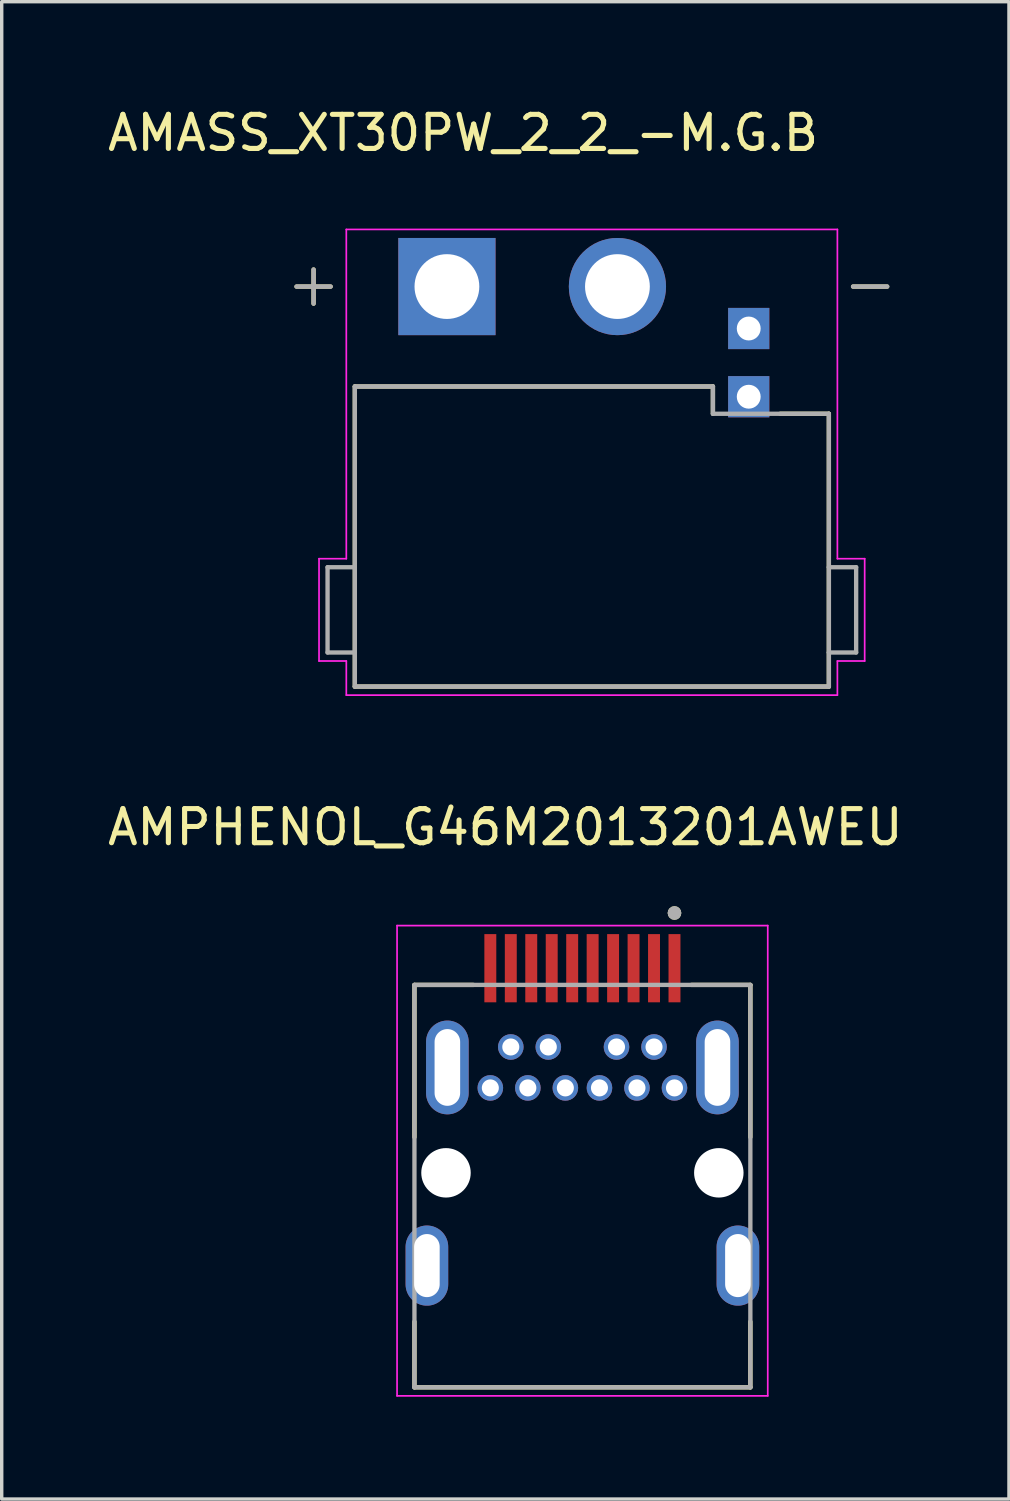
<source format=kicad_pcb>
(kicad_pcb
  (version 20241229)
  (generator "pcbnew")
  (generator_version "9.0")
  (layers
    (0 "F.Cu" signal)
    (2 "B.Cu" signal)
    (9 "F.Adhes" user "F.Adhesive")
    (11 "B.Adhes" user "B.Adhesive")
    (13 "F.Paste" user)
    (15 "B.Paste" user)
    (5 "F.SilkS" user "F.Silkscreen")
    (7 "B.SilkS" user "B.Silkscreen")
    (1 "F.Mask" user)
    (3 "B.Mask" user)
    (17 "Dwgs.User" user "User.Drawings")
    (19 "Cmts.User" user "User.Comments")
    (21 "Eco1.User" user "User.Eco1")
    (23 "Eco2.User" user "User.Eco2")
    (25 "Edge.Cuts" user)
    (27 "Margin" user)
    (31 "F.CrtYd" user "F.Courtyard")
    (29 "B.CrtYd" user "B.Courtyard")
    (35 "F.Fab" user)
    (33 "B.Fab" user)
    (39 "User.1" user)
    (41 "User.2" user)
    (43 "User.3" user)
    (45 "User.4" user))
  (footprint "AMPHENOL_G46M2013201AWEU"
    (layer "F.Cu")
    (at 14.028 31.341)
    (property "Reference" "AMPHENOL_G46M2013201AWEU" (at -2.26 -10.135 0) (layer "F.SilkS") (effects (font (size 1 1) (thickness 0.15))))
    (attr through_hole)
    (fp_line (start -4.925 -5.51) (end -3.195 -5.51) (stroke (width 0.127) (type solid)) (layer "F.SilkS"))
    (fp_line (start -4.925 -1.045) (end -4.925 -5.51) (stroke (width 0.127) (type solid)) (layer "F.SilkS"))
    (fp_line (start -4.925 6.29) (end -4.925 4.365) (stroke (width 0.127) (type solid)) (layer "F.SilkS"))
    (fp_line (start 3.195 -5.51) (end 4.925 -5.51) (stroke (width 0.127) (type solid)) (layer "F.SilkS"))
    (fp_line (start 4.925 -5.51) (end 4.925 -1.045) (stroke (width 0.127) (type solid)) (layer "F.SilkS"))
    (fp_line (start 4.925 6.29) (end -4.925 6.29) (stroke (width 0.127) (type solid)) (layer "F.SilkS"))
    (fp_line (start 4.925 6.29) (end 4.925 4.365) (stroke (width 0.127) (type solid)) (layer "F.SilkS"))
    (fp_circle (center 2.7 -7.619) (end 2.8 -7.619) (stroke (width 0.2) (type solid)) (fill no) (layer "F.SilkS"))
    (fp_line (start -5.435 -7.25) (end -5.435 6.54) (stroke (width 0.05) (type solid)) (layer "F.CrtYd"))
    (fp_line (start -5.435 6.54) (end 5.435 6.54) (stroke (width 0.05) (type solid)) (layer "F.CrtYd"))
    (fp_line (start 5.435 -7.25) (end -5.435 -7.25) (stroke (width 0.05) (type solid)) (layer "F.CrtYd"))
    (fp_line (start 5.435 6.54) (end 5.435 -7.25) (stroke (width 0.05) (type solid)) (layer "F.CrtYd"))
    (fp_line (start -4.925 -5.51) (end 4.925 -5.51) (stroke (width 0.127) (type solid)) (layer "F.Fab"))
    (fp_line (start -4.925 6.29) (end -4.925 -5.51) (stroke (width 0.127) (type solid)) (layer "F.Fab"))
    (fp_line (start 4.925 -5.51) (end 4.925 6.29) (stroke (width 0.127) (type solid)) (layer "F.Fab"))
    (fp_line (start 4.925 6.29) (end -4.925 6.29) (stroke (width 0.127) (type solid)) (layer "F.Fab"))
    (fp_circle (center 2.7 -7.619) (end 2.8 -7.619) (stroke (width 0.2) (type solid)) (fill no) (layer "F.Fab"))
    (pad "" np_thru_hole circle (at -4 0) (size 1.45 1.45) (drill 1.45) (layers "*.Cu" "*.Mask"))
    (pad "" np_thru_hole circle (at 4 0) (size 1.45 1.45) (drill 1.45) (layers "*.Cu" "*.Mask"))
    (pad "1" smd rect (at 2.7 -6) (size 0.35 2) (layers "F.Cu" "F.Mask" "F.Paste"))
    (pad "2" thru_hole circle (at 2.7 -2.49) (size 0.75 0.75) (drill 0.5) (layers "*.Cu" "*.Mask"))
    (pad "3" smd rect (at 2.1 -6) (size 0.35 2) (layers "F.Cu" "F.Mask" "F.Paste"))
    (pad "4" thru_hole circle (at 2.1 -3.69) (size 0.75 0.75) (drill 0.5) (layers "*.Cu" "*.Mask"))
    (pad "5" smd rect (at 1.5 -6) (size 0.35 2) (layers "F.Cu" "F.Mask" "F.Paste"))
    (pad "6" thru_hole circle (at 1.6 -2.49) (size 0.75 0.75) (drill 0.5) (layers "*.Cu" "*.Mask"))
    (pad "7" smd rect (at 0.9 -6) (size 0.35 2) (layers "F.Cu" "F.Mask" "F.Paste"))
    (pad "8" thru_hole circle (at 1 -3.69) (size 0.75 0.75) (drill 0.5) (layers "*.Cu" "*.Mask"))
    (pad "9" smd rect (at 0.3 -6) (size 0.35 2) (layers "F.Cu" "F.Mask" "F.Paste"))
    (pad "10" thru_hole circle (at 0.5 -2.49) (size 0.75 0.75) (drill 0.5) (layers "*.Cu" "*.Mask"))
    (pad "11" smd rect (at -0.3 -6) (size 0.35 2) (layers "F.Cu" "F.Mask" "F.Paste"))
    (pad "12" thru_hole circle (at -0.5 -2.49) (size 0.75 0.75) (drill 0.5) (layers "*.Cu" "*.Mask"))
    (pad "13" smd rect (at -0.9 -6) (size 0.35 2) (layers "F.Cu" "F.Mask" "F.Paste"))
    (pad "14" thru_hole circle (at -1 -3.69) (size 0.75 0.75) (drill 0.5) (layers "*.Cu" "*.Mask"))
    (pad "15" smd rect (at -1.5 -6) (size 0.35 2) (layers "F.Cu" "F.Mask" "F.Paste"))
    (pad "16" thru_hole circle (at -1.6 -2.49) (size 0.75 0.75) (drill 0.5) (layers "*.Cu" "*.Mask"))
    (pad "17" smd rect (at -2.1 -6) (size 0.35 2) (layers "F.Cu" "F.Mask" "F.Paste"))
    (pad "18" thru_hole circle (at -2.1 -3.69) (size 0.75 0.75) (drill 0.5) (layers "*.Cu" "*.Mask"))
    (pad "19" smd rect (at -2.7 -6) (size 0.35 2) (layers "F.Cu" "F.Mask" "F.Paste"))
    (pad "20" thru_hole circle (at -2.7 -2.49) (size 0.75 0.75) (drill 0.5) (layers "*.Cu" "*.Mask"))
    (pad "S1" thru_hole oval (at -4.56 2.72) (size 1.25 2.35) (drill oval 0.75 1.85) (layers "*.Cu" "*.Mask"))
    (pad "S2" thru_hole oval (at 4.56 2.72) (size 1.25 2.35) (drill oval 0.75 1.85) (layers "*.Cu" "*.Mask"))
    (pad "S3" thru_hole oval (at -3.96 -3.09) (size 1.25 2.75) (drill oval 0.75 2.25) (layers "*.Cu" "*.Mask"))
    (pad "S4" thru_hole oval (at 3.96 -3.09) (size 1.25 2.75) (drill oval 0.75 2.25) (layers "*.Cu" "*.Mask")))
  (footprint "AMASS_XT30PW_2_2_-M.G.B"
    (layer "F.Cu")
    (at 14.305 12.683)
    (property "Reference" "AMASS_XT30PW_2_2_-M.G.B" (at -3.775 -11.835 0) (layer "F.SilkS") (effects (font (size 1 1) (thickness 0.15))))
    (attr through_hole)
    (fp_line (start -8.66 -7.33) (end -7.66 -7.33) (stroke (width 0.127) (type solid)) (layer "F.SilkS"))
    (fp_line (start -8.16 -7.83) (end -8.16 -6.83) (stroke (width 0.127) (type solid)) (layer "F.SilkS"))
    (fp_line (start -6.95 -4.4) (end 3.55 -4.4) (stroke (width 0.127) (type solid)) (layer "F.SilkS"))
    (fp_line (start -6.95 4.4) (end -6.95 -4.4) (stroke (width 0.127) (type solid)) (layer "F.SilkS"))
    (fp_line (start 3.55 -3.6) (end 3.55 -4.4) (stroke (width 0.127) (type solid)) (layer "F.SilkS"))
    (fp_line (start 6.95 -3.6) (end 5.524 -3.6) (stroke (width 0.127) (type solid)) (layer "F.SilkS"))
    (fp_line (start 6.95 -3.6) (end 6.95 4.4) (stroke (width 0.127) (type solid)) (layer "F.SilkS"))
    (fp_line (start 6.95 4.4) (end -6.95 4.4) (stroke (width 0.127) (type solid)) (layer "F.SilkS"))
    (fp_line (start 7.66 -7.33) (end 8.66 -7.33) (stroke (width 0.127) (type solid)) (layer "F.SilkS"))
    (fp_line (start -8 0.65) (end -8 3.65) (stroke (width 0.05) (type solid)) (layer "F.CrtYd"))
    (fp_line (start -8 0.65) (end -7.2 0.65) (stroke (width 0.05) (type solid)) (layer "F.CrtYd"))
    (fp_line (start -8 3.65) (end -7.2 3.65) (stroke (width 0.05) (type solid)) (layer "F.CrtYd"))
    (fp_line (start -7.2 -9.005) (end -7.2 0.65) (stroke (width 0.05) (type solid)) (layer "F.CrtYd"))
    (fp_line (start -7.2 3.65) (end -7.2 4.65) (stroke (width 0.05) (type solid)) (layer "F.CrtYd"))
    (fp_line (start -7.2 4.65) (end 7.2 4.65) (stroke (width 0.05) (type solid)) (layer "F.CrtYd"))
    (fp_line (start 7.2 -9.005) (end -7.2 -9.005) (stroke (width 0.05) (type solid)) (layer "F.CrtYd"))
    (fp_line (start 7.2 -9.005) (end 7.2 0.65) (stroke (width 0.05) (type solid)) (layer "F.CrtYd"))
    (fp_line (start 7.2 0.65) (end 8 0.65) (stroke (width 0.05) (type solid)) (layer "F.CrtYd"))
    (fp_line (start 7.2 3.65) (end 7.2 4.65) (stroke (width 0.05) (type solid)) (layer "F.CrtYd"))
    (fp_line (start 7.2 3.65) (end 8 3.65) (stroke (width 0.05) (type solid)) (layer "F.CrtYd"))
    (fp_line (start 8 3.65) (end 8 0.65) (stroke (width 0.05) (type solid)) (layer "F.CrtYd"))
    (fp_line (start -8.66 -7.33) (end -7.66 -7.33) (stroke (width 0.127) (type solid)) (layer "F.Fab"))
    (fp_line (start -8.16 -7.83) (end -8.16 -6.83) (stroke (width 0.127) (type solid)) (layer "F.Fab"))
    (fp_line (start -7.75 3.4) (end -7.75 0.9) (stroke (width 0.127) (type solid)) (layer "F.Fab"))
    (fp_line (start -7.75 3.4) (end -6.95 3.4) (stroke (width 0.127) (type solid)) (layer "F.Fab"))
    (fp_line (start -6.95 -4.4) (end 3.55 -4.4) (stroke (width 0.127) (type solid)) (layer "F.Fab"))
    (fp_line (start -6.95 0.9) (end -7.75 0.9) (stroke (width 0.127) (type solid)) (layer "F.Fab"))
    (fp_line (start -6.95 0.9) (end -6.95 -4.4) (stroke (width 0.127) (type solid)) (layer "F.Fab"))
    (fp_line (start -6.95 3.4) (end -6.95 0.9) (stroke (width 0.127) (type solid)) (layer "F.Fab"))
    (fp_line (start -6.95 4.4) (end -6.95 3.4) (stroke (width 0.127) (type solid)) (layer "F.Fab"))
    (fp_line (start 3.55 -3.6) (end 3.55 -4.4) (stroke (width 0.127) (type solid)) (layer "F.Fab"))
    (fp_line (start 6.95 -3.6) (end 3.55 -3.6) (stroke (width 0.127) (type solid)) (layer "F.Fab"))
    (fp_line (start 6.95 -3.6) (end 6.95 0.9) (stroke (width 0.127) (type solid)) (layer "F.Fab"))
    (fp_line (start 6.95 0.9) (end 6.95 3.4) (stroke (width 0.127) (type solid)) (layer "F.Fab"))
    (fp_line (start 6.95 3.4) (end 6.95 4.4) (stroke (width 0.127) (type solid)) (layer "F.Fab"))
    (fp_line (start 6.95 3.4) (end 7.75 3.4) (stroke (width 0.127) (type solid)) (layer "F.Fab"))
    (fp_line (start 6.95 4.4) (end -6.95 4.4) (stroke (width 0.127) (type solid)) (layer "F.Fab"))
    (fp_line (start 7.66 -7.33) (end 8.66 -7.33) (stroke (width 0.127) (type solid)) (layer "F.Fab"))
    (fp_line (start 7.75 0.9) (end 6.95 0.9) (stroke (width 0.127) (type solid)) (layer "F.Fab"))
    (fp_line (start 7.75 3.4) (end 7.75 0.9) (stroke (width 0.127) (type solid)) (layer "F.Fab"))
    (pad "N" thru_hole circle (at 0.75 -7.33) (size 2.85 2.85) (drill 1.9) (layers "*.Cu" "*.Mask"))
    (pad "P" thru_hole rect (at -4.25 -7.33) (size 2.85 2.85) (drill 1.9) (layers "*.Cu" "*.Mask"))
    (pad "S1" thru_hole rect (at 4.6 -4.1) (size 1.208 1.208) (drill oval 0.7) (layers "*.Cu" "*.Mask"))
    (pad "S2" thru_hole rect (at 4.6 -6.1) (size 1.208 1.208) (drill oval 0.7) (layers "*.Cu" "*.Mask")))
  (gr_rect
    (start -3 -3)
    (end 26.536 40.907)
    (stroke (width 0.1) (type default))
    (fill no)
    (layer "Edge.Cuts")))
</source>
